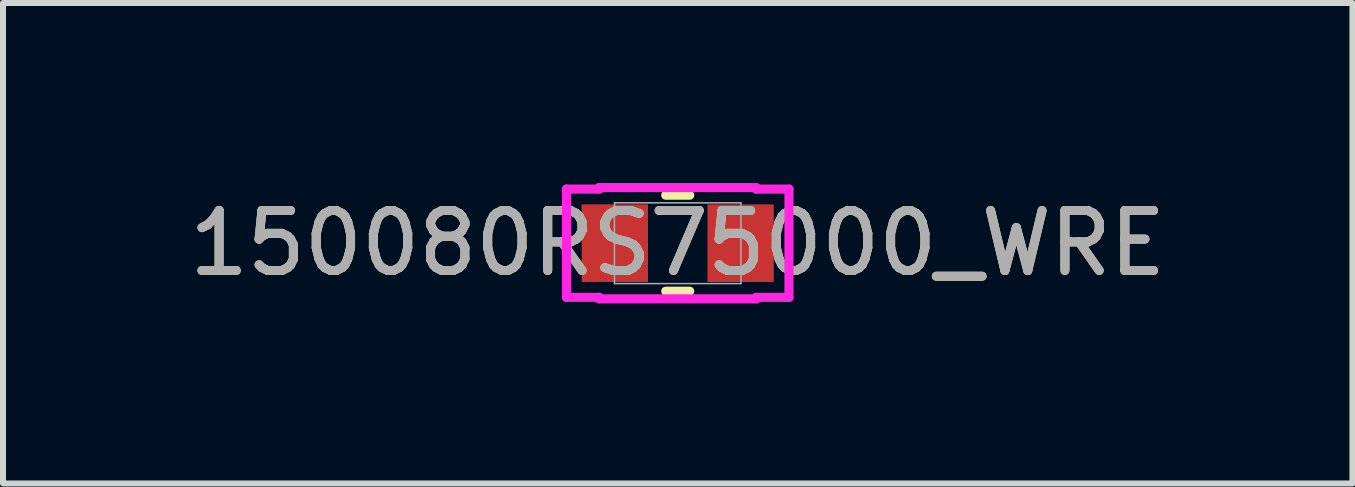
<source format=kicad_pcb>
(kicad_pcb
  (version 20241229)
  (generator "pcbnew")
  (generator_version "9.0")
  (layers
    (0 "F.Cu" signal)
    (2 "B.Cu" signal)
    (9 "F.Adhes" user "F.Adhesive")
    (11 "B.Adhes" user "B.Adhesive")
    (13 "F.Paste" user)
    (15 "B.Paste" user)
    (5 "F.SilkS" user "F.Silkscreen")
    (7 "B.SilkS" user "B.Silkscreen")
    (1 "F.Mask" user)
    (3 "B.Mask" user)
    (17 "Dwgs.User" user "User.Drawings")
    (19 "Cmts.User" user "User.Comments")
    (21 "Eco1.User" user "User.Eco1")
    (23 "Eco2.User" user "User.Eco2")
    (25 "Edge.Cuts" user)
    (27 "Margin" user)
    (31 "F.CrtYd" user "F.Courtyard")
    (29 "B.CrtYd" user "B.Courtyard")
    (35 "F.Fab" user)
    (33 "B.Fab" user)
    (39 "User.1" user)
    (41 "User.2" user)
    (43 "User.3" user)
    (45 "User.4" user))
  (footprint "150080RS75000_WRE"
    (layer "F.Cu")
    (at 8.244 1.003)
    (property "Reference" "150080RS75000_WRE" (at 0 0 0) (unlocked yes) (layer "F.SilkS") (effects (font (size 1 1) (thickness 0.15))))
    (attr smd)
    (fp_line (start -0.2 0.8) (end 0.2 0.8) (stroke (width 0.152) (type solid)) (layer "F.SilkS"))
    (fp_line (start 0.2 -0.8) (end -0.2 -0.8) (stroke (width 0.152) (type solid)) (layer "F.SilkS"))
    (fp_line (start -1.854 -0.902) (end -1.308 -0.902) (stroke (width 0.152) (type solid)) (layer "F.CrtYd"))
    (fp_line (start -1.854 0.902) (end -1.854 -0.902) (stroke (width 0.152) (type solid)) (layer "F.CrtYd"))
    (fp_line (start -1.308 -0.927) (end 1.308 -0.927) (stroke (width 0.152) (type solid)) (layer "F.CrtYd"))
    (fp_line (start -1.308 -0.902) (end -1.308 -0.927) (stroke (width 0.152) (type solid)) (layer "F.CrtYd"))
    (fp_line (start -1.308 0.902) (end -1.854 0.902) (stroke (width 0.152) (type solid)) (layer "F.CrtYd"))
    (fp_line (start -1.308 0.927) (end -1.308 0.902) (stroke (width 0.152) (type solid)) (layer "F.CrtYd"))
    (fp_line (start 1.308 -0.927) (end 1.308 -0.902) (stroke (width 0.152) (type solid)) (layer "F.CrtYd"))
    (fp_line (start 1.308 -0.902) (end 1.854 -0.902) (stroke (width 0.152) (type solid)) (layer "F.CrtYd"))
    (fp_line (start 1.308 0.902) (end 1.308 0.927) (stroke (width 0.152) (type solid)) (layer "F.CrtYd"))
    (fp_line (start 1.308 0.927) (end -1.308 0.927) (stroke (width 0.152) (type solid)) (layer "F.CrtYd"))
    (fp_line (start 1.854 -0.902) (end 1.854 0.902) (stroke (width 0.152) (type solid)) (layer "F.CrtYd"))
    (fp_line (start 1.854 0.902) (end 1.308 0.902) (stroke (width 0.152) (type solid)) (layer "F.CrtYd"))
    (fp_line (start -1.054 -0.673) (end -1.054 0.673) (stroke (width 0.025) (type solid)) (layer "F.Fab"))
    (fp_line (start -1.054 0.673) (end 1.054 0.673) (stroke (width 0.025) (type solid)) (layer "F.Fab"))
    (fp_line (start 1.054 -0.673) (end -1.054 -0.673) (stroke (width 0.025) (type solid)) (layer "F.Fab"))
    (fp_line (start 1.054 0.673) (end 1.054 -0.673) (stroke (width 0.025) (type solid)) (layer "F.Fab"))
    (fp_text user "${REFERENCE}" (at 0 0 0) (unlocked yes) (layer "F.Fab") (effects (font (size 1 1) (thickness 0.15))))
    (pad "1" smd rect (at -1.048 0) (size 1.105 1.295) (layers "F.Cu" "F.Mask" "F.Paste"))
    (pad "2" smd rect (at 1.048 0) (size 1.105 1.295) (layers "F.Cu" "F.Mask" "F.Paste"))
    (zone (net_name "") (layer "F.Cu") (hatch full 0.508) (connect_pads) (min_thickness 0.254) (filled_areas_thickness no) (keepout (tracks not_allowed) (vias not_allowed) (pads allowed) (copperpour not_allowed) (footprints allowed)) (placement (enabled no)) (fill) (polygon (pts (xy 7.8 0.381) (xy 8.689 0.381) (xy 8.689 1.626) (xy 7.8 1.626)))))
  (gr_rect
    (start -3 -3)
    (end 19.488 5.007)
    (stroke (width 0.1) (type default))
    (fill no)
    (layer "Edge.Cuts")))
</source>
